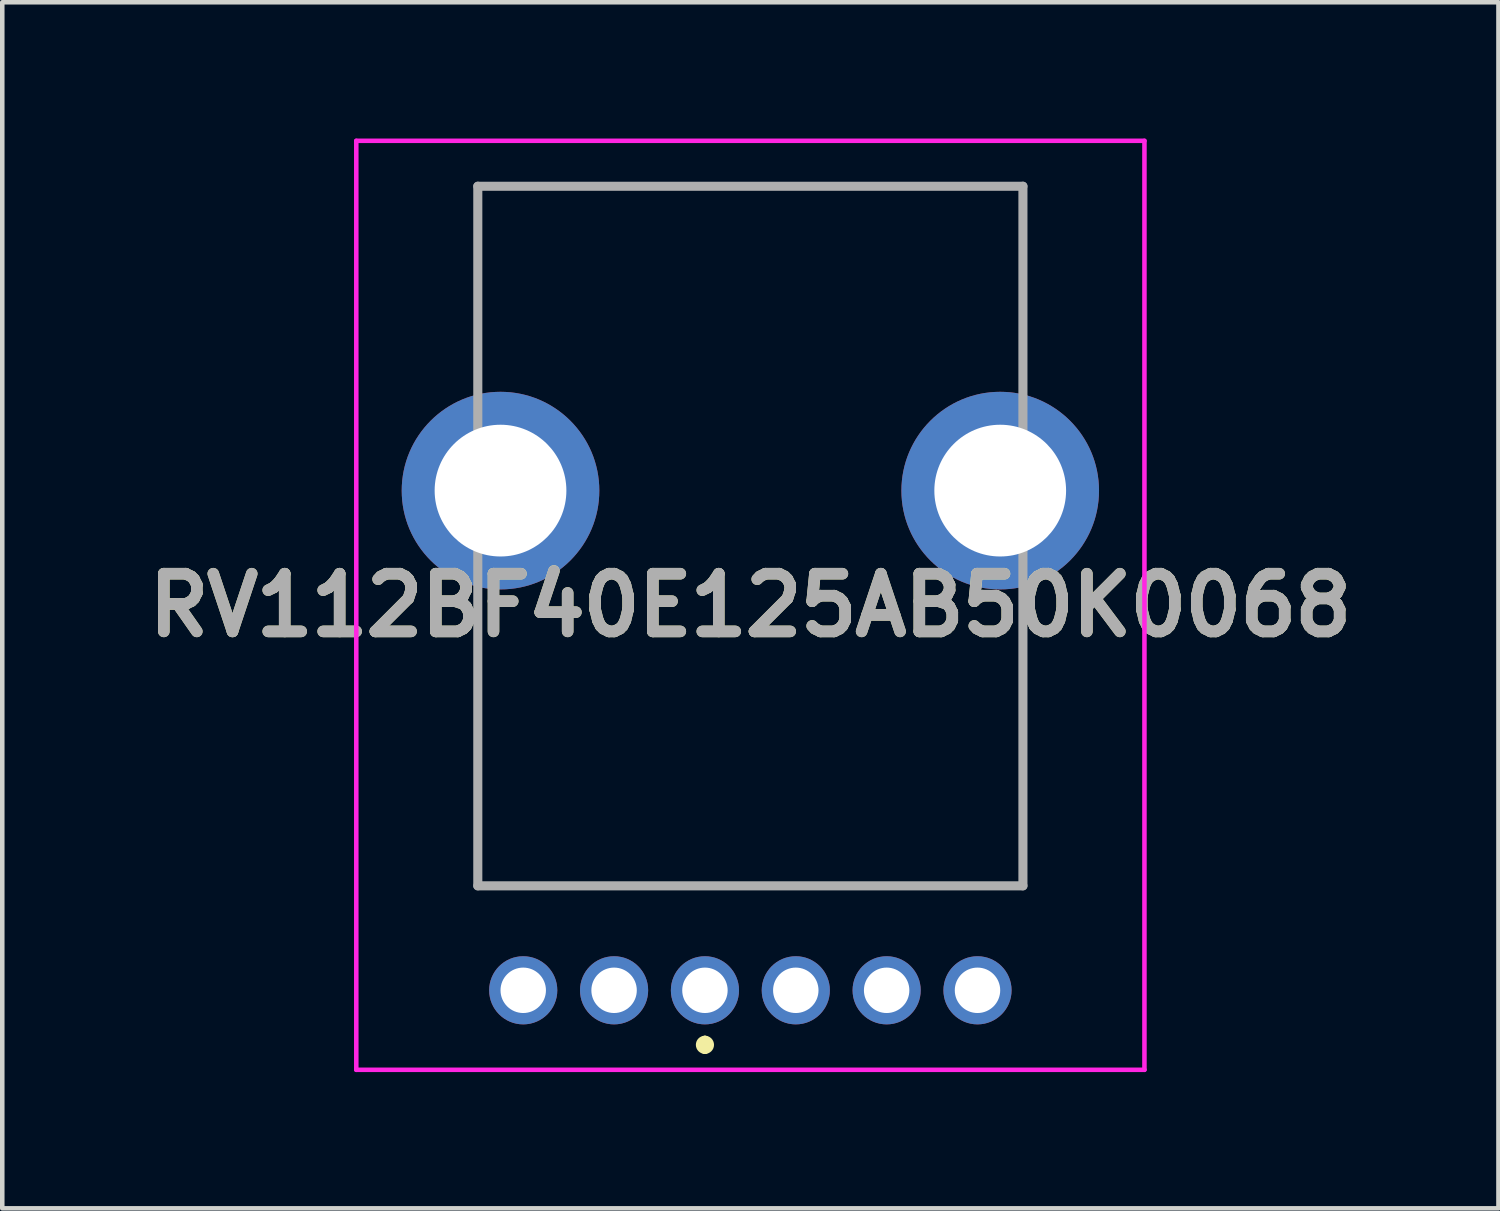
<source format=kicad_pcb>
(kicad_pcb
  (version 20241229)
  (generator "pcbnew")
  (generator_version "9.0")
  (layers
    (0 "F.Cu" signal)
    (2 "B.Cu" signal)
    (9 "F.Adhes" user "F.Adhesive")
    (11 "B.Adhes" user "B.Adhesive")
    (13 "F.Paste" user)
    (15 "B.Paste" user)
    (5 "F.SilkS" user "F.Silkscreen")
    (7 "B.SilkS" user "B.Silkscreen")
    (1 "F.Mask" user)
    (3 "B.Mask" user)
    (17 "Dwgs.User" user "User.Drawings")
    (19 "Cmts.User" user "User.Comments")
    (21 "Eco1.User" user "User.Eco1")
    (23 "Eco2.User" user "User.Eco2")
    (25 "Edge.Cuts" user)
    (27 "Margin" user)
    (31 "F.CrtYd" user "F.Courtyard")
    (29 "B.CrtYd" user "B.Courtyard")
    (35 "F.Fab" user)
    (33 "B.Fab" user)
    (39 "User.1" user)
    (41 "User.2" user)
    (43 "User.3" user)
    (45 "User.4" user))
  (footprint "RV112BF40E125AB50K0068"
    (layer "F.Cu")
    (at 12.468 18.75)
    (property "Reference" "RV112BF40E125AB50K0068" (at 1 -8.475 0) (layer "F.SilkS") (effects (font (size 1.27 1.27) (thickness 0.254))))
    (attr through_hole)
    (fp_line (start -5 -17.7) (end 7 -17.7) (stroke (width 0.1) (type solid)) (layer "F.SilkS"))
    (fp_line (start -5 -14) (end -5 -17.7) (stroke (width 0.1) (type solid)) (layer "F.SilkS"))
    (fp_line (start -5 -8) (end -5 -2.3) (stroke (width 0.1) (type solid)) (layer "F.SilkS"))
    (fp_line (start -5 -2.3) (end 7 -2.3) (stroke (width 0.1) (type solid)) (layer "F.SilkS"))
    (fp_line (start 0 1.1) (end 0 1.1) (stroke (width 0.2) (type solid)) (layer "F.SilkS"))
    (fp_line (start 0 1.3) (end 0 1.3) (stroke (width 0.2) (type solid)) (layer "F.SilkS"))
    (fp_line (start 7 -17.7) (end 7 -14) (stroke (width 0.1) (type solid)) (layer "F.SilkS"))
    (fp_line (start 7 -2.3) (end 7 -8) (stroke (width 0.1) (type solid)) (layer "F.SilkS"))
    (fp_arc (start 0 1.1) (mid 0.1 1.2) (end 0 1.3) (stroke (width 0.2) (type solid)) (layer "F.SilkS"))
    (fp_arc (start 0 1.3) (mid -0.1 1.2) (end 0 1.1) (stroke (width 0.2) (type solid)) (layer "F.SilkS"))
    (fp_line (start -7.675 -18.7) (end 9.675 -18.7) (stroke (width 0.1) (type solid)) (layer "F.CrtYd"))
    (fp_line (start -7.675 1.75) (end -7.675 -18.7) (stroke (width 0.1) (type solid)) (layer "F.CrtYd"))
    (fp_line (start 9.675 -18.7) (end 9.675 1.75) (stroke (width 0.1) (type solid)) (layer "F.CrtYd"))
    (fp_line (start 9.675 1.75) (end -7.675 1.75) (stroke (width 0.1) (type solid)) (layer "F.CrtYd"))
    (fp_line (start -5 -17.7) (end 7 -17.7) (stroke (width 0.2) (type solid)) (layer "F.Fab"))
    (fp_line (start -5 -2.3) (end -5 -17.7) (stroke (width 0.2) (type solid)) (layer "F.Fab"))
    (fp_line (start 7 -17.7) (end 7 -2.3) (stroke (width 0.2) (type solid)) (layer "F.Fab"))
    (fp_line (start 7 -2.3) (end -5 -2.3) (stroke (width 0.2) (type solid)) (layer "F.Fab"))
    (fp_text user "${REFERENCE}" (at 1 -8.475 0) (layer "F.Fab") (effects (font (size 1.27 1.27) (thickness 0.254))))
    (pad "A1" thru_hole circle (at 0 0) (size 1.5 1.5) (drill 1) (layers "*.Cu" "*.Mask"))
    (pad "A2" thru_hole circle (at 2 0) (size 1.5 1.5) (drill 1) (layers "*.Cu" "*.Mask"))
    (pad "A3" thru_hole circle (at 4 0) (size 1.5 1.5) (drill 1) (layers "*.Cu" "*.Mask"))
    (pad "B1" thru_hole circle (at -2 0) (size 1.5 1.5) (drill 1) (layers "*.Cu" "*.Mask"))
    (pad "B2" thru_hole circle (at -4 0) (size 1.5 1.5) (drill 1) (layers "*.Cu" "*.Mask"))
    (pad "B3" thru_hole circle (at 6 0) (size 1.5 1.5) (drill 1) (layers "*.Cu" "*.Mask"))
    (pad "MH1" thru_hole circle (at -4.5 -11) (size 4.35 4.35) (drill 2.9) (layers "*.Cu" "*.Mask"))
    (pad "MH2" thru_hole circle (at 6.5 -11) (size 4.35 4.35) (drill 2.9) (layers "*.Cu" "*.Mask")))
  (gr_rect
    (start -3 -3)
    (end 29.936 23.55)
    (stroke (width 0.1) (type default))
    (fill no)
    (layer "Edge.Cuts")))
</source>
